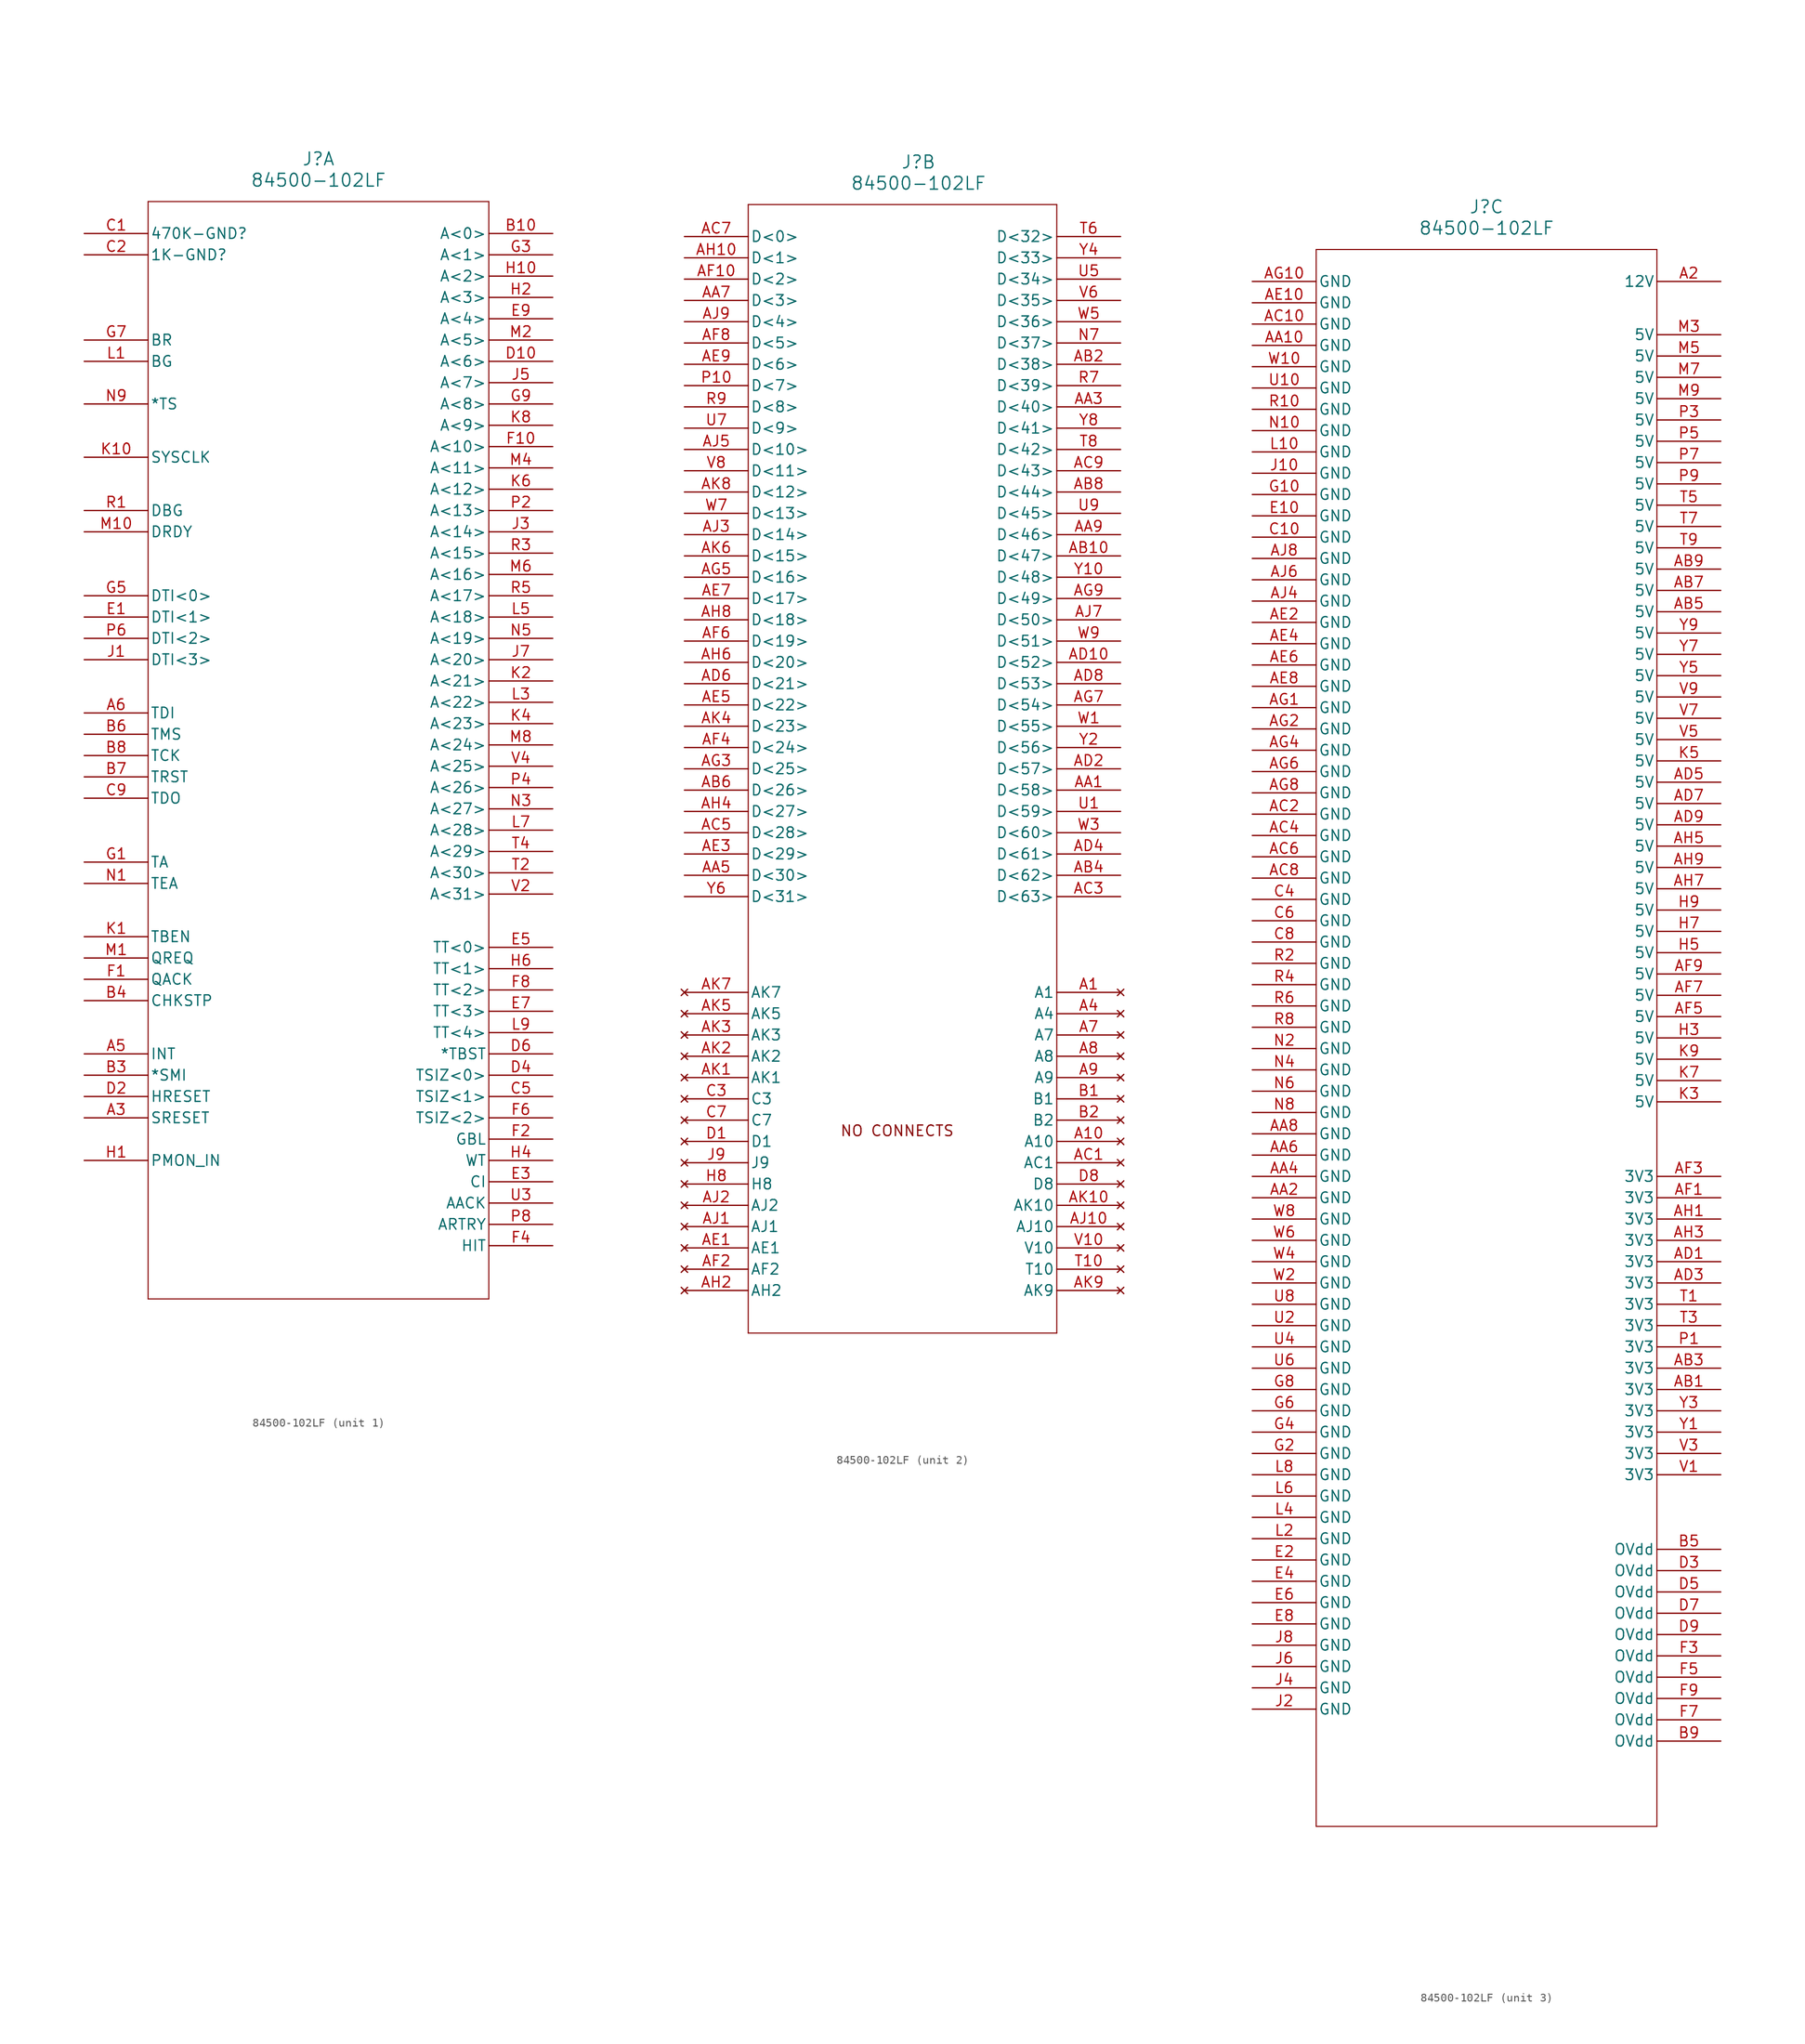
<source format=kicad_sym>
(kicad_symbol_lib
  (version 20211014)
  (generator kicad_symbol_editor)
  (symbol "84500-102LF"
    (pin_names
      (offset 0.254))
    (property "Reference" "J"
      (at 27.94 10.16 0)
      (effects (font (size 1.524 1.524))))
    (property "Value" "84500-102LF"
      (at 27.94 7.62 0)
      (effects (font (size 1.524 1.524))))
    (property "ki_locked" ""
      (at 0 0 0)
      (effects (font (size 1.27 1.27))))
    (symbol "84500-102LF_1_1"
      (polyline (pts (xy 7.62 -125.73) (xy 48.26 -125.73)) (stroke (width 0.127) (type default) (color 0 0 0 0)) (fill (type none)))
      (polyline (pts (xy 7.62 5.08) (xy 7.62 -125.73)) (stroke (width 0.127) (type default) (color 0 0 0 0)) (fill (type none)))
      (polyline (pts (xy 48.26 -125.73) (xy 48.26 5.08)) (stroke (width 0.127) (type default) (color 0 0 0 0)) (fill (type none)))
      (polyline (pts (xy 48.26 5.08) (xy 7.62 5.08)) (stroke (width 0.127) (type default) (color 0 0 0 0)) (fill (type none)))
      (pin input line (at 0 -104.14 0) (length 7.62) (name "SRESET" (effects (font (size 1.27 1.27)))) (number "A3" (effects (font (size 1.27 1.27)))))
      (pin output line (at 0 -96.52 0) (length 7.62) (name "INT" (effects (font (size 1.27 1.27)))) (number "A5" (effects (font (size 1.27 1.27)))))
      (pin bidirectional line (at 0 -55.88 0) (length 7.62) (name "TDI" (effects (font (size 1.27 1.27)))) (number "A6" (effects (font (size 1.27 1.27)))))
      (pin input line (at 55.88 1.27 180) (length 7.62) (name "A<0>" (effects (font (size 1.27 1.27)))) (number "B10" (effects (font (size 1.27 1.27)))))
      (pin input line (at 0 -99.06 0) (length 7.62) (name "*SMI" (effects (font (size 1.27 1.27)))) (number "B3" (effects (font (size 1.27 1.27)))))
      (pin output line (at 0 -90.17 0) (length 7.62) (name "CHKSTP" (effects (font (size 1.27 1.27)))) (number "B4" (effects (font (size 1.27 1.27)))))
      (pin bidirectional line (at 0 -58.42 0) (length 7.62) (name "TMS" (effects (font (size 1.27 1.27)))) (number "B6" (effects (font (size 1.27 1.27)))))
      (pin input line (at 0 -63.5 0) (length 7.62) (name "TRST" (effects (font (size 1.27 1.27)))) (number "B7" (effects (font (size 1.27 1.27)))))
      (pin output line (at 0 -60.96 0) (length 7.62) (name "TCK" (effects (font (size 1.27 1.27)))) (number "B8" (effects (font (size 1.27 1.27)))))
      (pin input line (at 0 1.27 0) (length 7.62) (name "470K-GND?" (effects (font (size 1.27 1.27)))) (number "C1" (effects (font (size 1.27 1.27)))))
      (pin input line (at 0 -1.27 0) (length 7.62) (name "1K-GND?" (effects (font (size 1.27 1.27)))) (number "C2" (effects (font (size 1.27 1.27)))))
      (pin output line (at 55.88 -101.6 180) (length 7.62) (name "TSIZ<1>" (effects (font (size 1.27 1.27)))) (number "C5" (effects (font (size 1.27 1.27)))))
      (pin bidirectional line (at 0 -66.04 0) (length 7.62) (name "TDO" (effects (font (size 1.27 1.27)))) (number "C9" (effects (font (size 1.27 1.27)))))
      (pin input line (at 55.88 -13.97 180) (length 7.62) (name "A<6>" (effects (font (size 1.27 1.27)))) (number "D10" (effects (font (size 1.27 1.27)))))
      (pin input line (at 0 -101.6 0) (length 7.62) (name "HRESET" (effects (font (size 1.27 1.27)))) (number "D2" (effects (font (size 1.27 1.27)))))
      (pin output line (at 55.88 -99.06 180) (length 7.62) (name "TSIZ<0>" (effects (font (size 1.27 1.27)))) (number "D4" (effects (font (size 1.27 1.27)))))
      (pin input line (at 55.88 -96.52 180) (length 7.62) (name "*TBST" (effects (font (size 1.27 1.27)))) (number "D6" (effects (font (size 1.27 1.27)))))
      (pin input line (at 0 -44.45 0) (length 7.62) (name "DTI<1>" (effects (font (size 1.27 1.27)))) (number "E1" (effects (font (size 1.27 1.27)))))
      (pin input line (at 55.88 -111.76 180) (length 7.62) (name "CI" (effects (font (size 1.27 1.27)))) (number "E3" (effects (font (size 1.27 1.27)))))
      (pin output line (at 55.88 -83.82 180) (length 7.62) (name "TT<0>" (effects (font (size 1.27 1.27)))) (number "E5" (effects (font (size 1.27 1.27)))))
      (pin output line (at 55.88 -91.44 180) (length 7.62) (name "TT<3>" (effects (font (size 1.27 1.27)))) (number "E7" (effects (font (size 1.27 1.27)))))
      (pin input line (at 55.88 -8.89 180) (length 7.62) (name "A<4>" (effects (font (size 1.27 1.27)))) (number "E9" (effects (font (size 1.27 1.27)))))
      (pin output line (at 0 -87.63 0) (length 7.62) (name "QACK" (effects (font (size 1.27 1.27)))) (number "F1" (effects (font (size 1.27 1.27)))))
      (pin input line (at 55.88 -24.13 180) (length 7.62) (name "A<10>" (effects (font (size 1.27 1.27)))) (number "F10" (effects (font (size 1.27 1.27)))))
      (pin input line (at 55.88 -106.68 180) (length 7.62) (name "GBL" (effects (font (size 1.27 1.27)))) (number "F2" (effects (font (size 1.27 1.27)))))
      (pin output line (at 55.88 -119.38 180) (length 7.62) (name "HIT" (effects (font (size 1.27 1.27)))) (number "F4" (effects (font (size 1.27 1.27)))))
      (pin output line (at 55.88 -104.14 180) (length 7.62) (name "TSIZ<2>" (effects (font (size 1.27 1.27)))) (number "F6" (effects (font (size 1.27 1.27)))))
      (pin output line (at 55.88 -88.9 180) (length 7.62) (name "TT<2>" (effects (font (size 1.27 1.27)))) (number "F8" (effects (font (size 1.27 1.27)))))
      (pin output line (at 0 -73.66 0) (length 7.62) (name "TA" (effects (font (size 1.27 1.27)))) (number "G1" (effects (font (size 1.27 1.27)))))
      (pin input line (at 55.88 -1.27 180) (length 7.62) (name "A<1>" (effects (font (size 1.27 1.27)))) (number "G3" (effects (font (size 1.27 1.27)))))
      (pin input line (at 0 -41.91 0) (length 7.62) (name "DTI<0>" (effects (font (size 1.27 1.27)))) (number "G5" (effects (font (size 1.27 1.27)))))
      (pin input line (at 0 -11.43 0) (length 7.62) (name "BR" (effects (font (size 1.27 1.27)))) (number "G7" (effects (font (size 1.27 1.27)))))
      (pin input line (at 55.88 -19.05 180) (length 7.62) (name "A<8>" (effects (font (size 1.27 1.27)))) (number "G9" (effects (font (size 1.27 1.27)))))
      (pin input line (at 0 -109.22 0) (length 7.62) (name "PMON_IN" (effects (font (size 1.27 1.27)))) (number "H1" (effects (font (size 1.27 1.27)))))
      (pin input line (at 55.88 -3.81 180) (length 7.62) (name "A<2>" (effects (font (size 1.27 1.27)))) (number "H10" (effects (font (size 1.27 1.27)))))
      (pin input line (at 55.88 -6.35 180) (length 7.62) (name "A<3>" (effects (font (size 1.27 1.27)))) (number "H2" (effects (font (size 1.27 1.27)))))
      (pin input line (at 55.88 -109.22 180) (length 7.62) (name "WT" (effects (font (size 1.27 1.27)))) (number "H4" (effects (font (size 1.27 1.27)))))
      (pin output line (at 55.88 -86.36 180) (length 7.62) (name "TT<1>" (effects (font (size 1.27 1.27)))) (number "H6" (effects (font (size 1.27 1.27)))))
      (pin input line (at 0 -49.53 0) (length 7.62) (name "DTI<3>" (effects (font (size 1.27 1.27)))) (number "J1" (effects (font (size 1.27 1.27)))))
      (pin input line (at 55.88 -34.29 180) (length 7.62) (name "A<14>" (effects (font (size 1.27 1.27)))) (number "J3" (effects (font (size 1.27 1.27)))))
      (pin input line (at 55.88 -16.51 180) (length 7.62) (name "A<7>" (effects (font (size 1.27 1.27)))) (number "J5" (effects (font (size 1.27 1.27)))))
      (pin input line (at 55.88 -49.53 180) (length 7.62) (name "A<20>" (effects (font (size 1.27 1.27)))) (number "J7" (effects (font (size 1.27 1.27)))))
      (pin output line (at 0 -82.55 0) (length 7.62) (name "TBEN" (effects (font (size 1.27 1.27)))) (number "K1" (effects (font (size 1.27 1.27)))))
      (pin input line (at 0 -25.4 0) (length 7.62) (name "SYSCLK" (effects (font (size 1.27 1.27)))) (number "K10" (effects (font (size 1.27 1.27)))))
      (pin input line (at 55.88 -52.07 180) (length 7.62) (name "A<21>" (effects (font (size 1.27 1.27)))) (number "K2" (effects (font (size 1.27 1.27)))))
      (pin input line (at 55.88 -57.15 180) (length 7.62) (name "A<23>" (effects (font (size 1.27 1.27)))) (number "K4" (effects (font (size 1.27 1.27)))))
      (pin input line (at 55.88 -29.21 180) (length 7.62) (name "A<12>" (effects (font (size 1.27 1.27)))) (number "K6" (effects (font (size 1.27 1.27)))))
      (pin input line (at 55.88 -21.59 180) (length 7.62) (name "A<9>" (effects (font (size 1.27 1.27)))) (number "K8" (effects (font (size 1.27 1.27)))))
      (pin input line (at 0 -13.97 0) (length 7.62) (name "BG" (effects (font (size 1.27 1.27)))) (number "L1" (effects (font (size 1.27 1.27)))))
      (pin input line (at 55.88 -54.61 180) (length 7.62) (name "A<22>" (effects (font (size 1.27 1.27)))) (number "L3" (effects (font (size 1.27 1.27)))))
      (pin input line (at 55.88 -44.45 180) (length 7.62) (name "A<18>" (effects (font (size 1.27 1.27)))) (number "L5" (effects (font (size 1.27 1.27)))))
      (pin input line (at 55.88 -69.85 180) (length 7.62) (name "A<28>" (effects (font (size 1.27 1.27)))) (number "L7" (effects (font (size 1.27 1.27)))))
      (pin output line (at 55.88 -93.98 180) (length 7.62) (name "TT<4>" (effects (font (size 1.27 1.27)))) (number "L9" (effects (font (size 1.27 1.27)))))
      (pin output line (at 0 -85.09 0) (length 7.62) (name "QREQ" (effects (font (size 1.27 1.27)))) (number "M1" (effects (font (size 1.27 1.27)))))
      (pin output line (at 0 -34.29 0) (length 7.62) (name "DRDY" (effects (font (size 1.27 1.27)))) (number "M10" (effects (font (size 1.27 1.27)))))
      (pin input line (at 55.88 -11.43 180) (length 7.62) (name "A<5>" (effects (font (size 1.27 1.27)))) (number "M2" (effects (font (size 1.27 1.27)))))
      (pin input line (at 55.88 -26.67 180) (length 7.62) (name "A<11>" (effects (font (size 1.27 1.27)))) (number "M4" (effects (font (size 1.27 1.27)))))
      (pin input line (at 55.88 -39.37 180) (length 7.62) (name "A<16>" (effects (font (size 1.27 1.27)))) (number "M6" (effects (font (size 1.27 1.27)))))
      (pin input line (at 55.88 -59.69 180) (length 7.62) (name "A<24>" (effects (font (size 1.27 1.27)))) (number "M8" (effects (font (size 1.27 1.27)))))
      (pin output line (at 0 -76.2 0) (length 7.62) (name "TEA" (effects (font (size 1.27 1.27)))) (number "N1" (effects (font (size 1.27 1.27)))))
      (pin input line (at 55.88 -67.31 180) (length 7.62) (name "A<27>" (effects (font (size 1.27 1.27)))) (number "N3" (effects (font (size 1.27 1.27)))))
      (pin input line (at 55.88 -46.99 180) (length 7.62) (name "A<19>" (effects (font (size 1.27 1.27)))) (number "N5" (effects (font (size 1.27 1.27)))))
      (pin input line (at 0 -19.05 0) (length 7.62) (name "*TS" (effects (font (size 1.27 1.27)))) (number "N9" (effects (font (size 1.27 1.27)))))
      (pin input line (at 55.88 -31.75 180) (length 7.62) (name "A<13>" (effects (font (size 1.27 1.27)))) (number "P2" (effects (font (size 1.27 1.27)))))
      (pin input line (at 55.88 -64.77 180) (length 7.62) (name "A<26>" (effects (font (size 1.27 1.27)))) (number "P4" (effects (font (size 1.27 1.27)))))
      (pin input line (at 0 -46.99 0) (length 7.62) (name "DTI<2>" (effects (font (size 1.27 1.27)))) (number "P6" (effects (font (size 1.27 1.27)))))
      (pin input line (at 55.88 -116.84 180) (length 7.62) (name "ARTRY" (effects (font (size 1.27 1.27)))) (number "P8" (effects (font (size 1.27 1.27)))))
      (pin input line (at 0 -31.75 0) (length 7.62) (name "DBG" (effects (font (size 1.27 1.27)))) (number "R1" (effects (font (size 1.27 1.27)))))
      (pin input line (at 55.88 -36.83 180) (length 7.62) (name "A<15>" (effects (font (size 1.27 1.27)))) (number "R3" (effects (font (size 1.27 1.27)))))
      (pin input line (at 55.88 -41.91 180) (length 7.62) (name "A<17>" (effects (font (size 1.27 1.27)))) (number "R5" (effects (font (size 1.27 1.27)))))
      (pin input line (at 55.88 -74.93 180) (length 7.62) (name "A<30>" (effects (font (size 1.27 1.27)))) (number "T2" (effects (font (size 1.27 1.27)))))
      (pin input line (at 55.88 -72.39 180) (length 7.62) (name "A<29>" (effects (font (size 1.27 1.27)))) (number "T4" (effects (font (size 1.27 1.27)))))
      (pin input line (at 55.88 -114.3 180) (length 7.62) (name "AACK" (effects (font (size 1.27 1.27)))) (number "U3" (effects (font (size 1.27 1.27)))))
      (pin input line (at 55.88 -77.47 180) (length 7.62) (name "A<31>" (effects (font (size 1.27 1.27)))) (number "V2" (effects (font (size 1.27 1.27)))))
      (pin input line (at 55.88 -62.23 180) (length 7.62) (name "A<25>" (effects (font (size 1.27 1.27)))) (number "V4" (effects (font (size 1.27 1.27))))))
    (symbol "84500-102LF_2_0"
      (text "NO CONNECTS" (at 25.4 -105.41 0) (effects (font (size 1.27 1.27)))))
    (symbol "84500-102LF_2_1"
      (polyline (pts (xy 7.62 -129.54) (xy 44.45 -129.54)) (stroke (width 0.127) (type default) (color 0 0 0 0)) (fill (type none)))
      (polyline (pts (xy 7.62 5.08) (xy 7.62 -129.54)) (stroke (width 0.127) (type default) (color 0 0 0 0)) (fill (type none)))
      (polyline (pts (xy 44.45 -129.54) (xy 44.45 5.08)) (stroke (width 0.127) (type default) (color 0 0 0 0)) (fill (type none)))
      (polyline (pts (xy 44.45 5.08) (xy 7.62 5.08)) (stroke (width 0.127) (type default) (color 0 0 0 0)) (fill (type none)))
      (pin no_connect line (at 52.07 -88.9 180) (length 7.62) (name "A1" (effects (font (size 1.27 1.27)))) (number "A1" (effects (font (size 1.27 1.27)))))
      (pin no_connect line (at 52.07 -106.68 180) (length 7.62) (name "A10" (effects (font (size 1.27 1.27)))) (number "A10" (effects (font (size 1.27 1.27)))))
      (pin no_connect line (at 52.07 -91.44 180) (length 7.62) (name "A4" (effects (font (size 1.27 1.27)))) (number "A4" (effects (font (size 1.27 1.27)))))
      (pin no_connect line (at 52.07 -93.98 180) (length 7.62) (name "A7" (effects (font (size 1.27 1.27)))) (number "A7" (effects (font (size 1.27 1.27)))))
      (pin no_connect line (at 52.07 -96.52 180) (length 7.62) (name "A8" (effects (font (size 1.27 1.27)))) (number "A8" (effects (font (size 1.27 1.27)))))
      (pin no_connect line (at 52.07 -99.06 180) (length 7.62) (name "A9" (effects (font (size 1.27 1.27)))) (number "A9" (effects (font (size 1.27 1.27)))))
      (pin bidirectional line (at 52.07 -64.77 180) (length 7.62) (name "D<58>" (effects (font (size 1.27 1.27)))) (number "AA1" (effects (font (size 1.27 1.27)))))
      (pin bidirectional line (at 52.07 -19.05 180) (length 7.62) (name "D<40>" (effects (font (size 1.27 1.27)))) (number "AA3" (effects (font (size 1.27 1.27)))))
      (pin bidirectional line (at 0 -74.93 0) (length 7.62) (name "D<30>" (effects (font (size 1.27 1.27)))) (number "AA5" (effects (font (size 1.27 1.27)))))
      (pin bidirectional line (at 0 -6.35 0) (length 7.62) (name "D<3>" (effects (font (size 1.27 1.27)))) (number "AA7" (effects (font (size 1.27 1.27)))))
      (pin bidirectional line (at 52.07 -34.29 180) (length 7.62) (name "D<46>" (effects (font (size 1.27 1.27)))) (number "AA9" (effects (font (size 1.27 1.27)))))
      (pin bidirectional line (at 52.07 -36.83 180) (length 7.62) (name "D<47>" (effects (font (size 1.27 1.27)))) (number "AB10" (effects (font (size 1.27 1.27)))))
      (pin bidirectional line (at 52.07 -13.97 180) (length 7.62) (name "D<38>" (effects (font (size 1.27 1.27)))) (number "AB2" (effects (font (size 1.27 1.27)))))
      (pin bidirectional line (at 52.07 -74.93 180) (length 7.62) (name "D<62>" (effects (font (size 1.27 1.27)))) (number "AB4" (effects (font (size 1.27 1.27)))))
      (pin bidirectional line (at 0 -64.77 0) (length 7.62) (name "D<26>" (effects (font (size 1.27 1.27)))) (number "AB6" (effects (font (size 1.27 1.27)))))
      (pin bidirectional line (at 52.07 -29.21 180) (length 7.62) (name "D<44>" (effects (font (size 1.27 1.27)))) (number "AB8" (effects (font (size 1.27 1.27)))))
      (pin no_connect line (at 52.07 -109.22 180) (length 7.62) (name "AC1" (effects (font (size 1.27 1.27)))) (number "AC1" (effects (font (size 1.27 1.27)))))
      (pin bidirectional line (at 52.07 -77.47 180) (length 7.62) (name "D<63>" (effects (font (size 1.27 1.27)))) (number "AC3" (effects (font (size 1.27 1.27)))))
      (pin bidirectional line (at 0 -69.85 0) (length 7.62) (name "D<28>" (effects (font (size 1.27 1.27)))) (number "AC5" (effects (font (size 1.27 1.27)))))
      (pin bidirectional line (at 0 1.27 0) (length 7.62) (name "D<0>" (effects (font (size 1.27 1.27)))) (number "AC7" (effects (font (size 1.27 1.27)))))
      (pin bidirectional line (at 52.07 -26.67 180) (length 7.62) (name "D<43>" (effects (font (size 1.27 1.27)))) (number "AC9" (effects (font (size 1.27 1.27)))))
      (pin bidirectional line (at 52.07 -49.53 180) (length 7.62) (name "D<52>" (effects (font (size 1.27 1.27)))) (number "AD10" (effects (font (size 1.27 1.27)))))
      (pin bidirectional line (at 52.07 -62.23 180) (length 7.62) (name "D<57>" (effects (font (size 1.27 1.27)))) (number "AD2" (effects (font (size 1.27 1.27)))))
      (pin bidirectional line (at 52.07 -72.39 180) (length 7.62) (name "D<61>" (effects (font (size 1.27 1.27)))) (number "AD4" (effects (font (size 1.27 1.27)))))
      (pin bidirectional line (at 0 -52.07 0) (length 7.62) (name "D<21>" (effects (font (size 1.27 1.27)))) (number "AD6" (effects (font (size 1.27 1.27)))))
      (pin bidirectional line (at 52.07 -52.07 180) (length 7.62) (name "D<53>" (effects (font (size 1.27 1.27)))) (number "AD8" (effects (font (size 1.27 1.27)))))
      (pin no_connect line (at 0 -119.38 0) (length 7.62) (name "AE1" (effects (font (size 1.27 1.27)))) (number "AE1" (effects (font (size 1.27 1.27)))))
      (pin bidirectional line (at 0 -72.39 0) (length 7.62) (name "D<29>" (effects (font (size 1.27 1.27)))) (number "AE3" (effects (font (size 1.27 1.27)))))
      (pin bidirectional line (at 0 -54.61 0) (length 7.62) (name "D<22>" (effects (font (size 1.27 1.27)))) (number "AE5" (effects (font (size 1.27 1.27)))))
      (pin bidirectional line (at 0 -41.91 0) (length 7.62) (name "D<17>" (effects (font (size 1.27 1.27)))) (number "AE7" (effects (font (size 1.27 1.27)))))
      (pin bidirectional line (at 0 -13.97 0) (length 7.62) (name "D<6>" (effects (font (size 1.27 1.27)))) (number "AE9" (effects (font (size 1.27 1.27)))))
      (pin bidirectional line (at 0 -3.81 0) (length 7.62) (name "D<2>" (effects (font (size 1.27 1.27)))) (number "AF10" (effects (font (size 1.27 1.27)))))
      (pin no_connect line (at 0 -121.92 0) (length 7.62) (name "AF2" (effects (font (size 1.27 1.27)))) (number "AF2" (effects (font (size 1.27 1.27)))))
      (pin bidirectional line (at 0 -59.69 0) (length 7.62) (name "D<24>" (effects (font (size 1.27 1.27)))) (number "AF4" (effects (font (size 1.27 1.27)))))
      (pin bidirectional line (at 0 -46.99 0) (length 7.62) (name "D<19>" (effects (font (size 1.27 1.27)))) (number "AF6" (effects (font (size 1.27 1.27)))))
      (pin bidirectional line (at 0 -11.43 0) (length 7.62) (name "D<5>" (effects (font (size 1.27 1.27)))) (number "AF8" (effects (font (size 1.27 1.27)))))
      (pin bidirectional line (at 0 -62.23 0) (length 7.62) (name "D<25>" (effects (font (size 1.27 1.27)))) (number "AG3" (effects (font (size 1.27 1.27)))))
      (pin bidirectional line (at 0 -39.37 0) (length 7.62) (name "D<16>" (effects (font (size 1.27 1.27)))) (number "AG5" (effects (font (size 1.27 1.27)))))
      (pin bidirectional line (at 52.07 -54.61 180) (length 7.62) (name "D<54>" (effects (font (size 1.27 1.27)))) (number "AG7" (effects (font (size 1.27 1.27)))))
      (pin bidirectional line (at 52.07 -41.91 180) (length 7.62) (name "D<49>" (effects (font (size 1.27 1.27)))) (number "AG9" (effects (font (size 1.27 1.27)))))
      (pin bidirectional line (at 0 -1.27 0) (length 7.62) (name "D<1>" (effects (font (size 1.27 1.27)))) (number "AH10" (effects (font (size 1.27 1.27)))))
      (pin no_connect line (at 0 -124.46 0) (length 7.62) (name "AH2" (effects (font (size 1.27 1.27)))) (number "AH2" (effects (font (size 1.27 1.27)))))
      (pin bidirectional line (at 0 -67.31 0) (length 7.62) (name "D<27>" (effects (font (size 1.27 1.27)))) (number "AH4" (effects (font (size 1.27 1.27)))))
      (pin bidirectional line (at 0 -49.53 0) (length 7.62) (name "D<20>" (effects (font (size 1.27 1.27)))) (number "AH6" (effects (font (size 1.27 1.27)))))
      (pin bidirectional line (at 0 -44.45 0) (length 7.62) (name "D<18>" (effects (font (size 1.27 1.27)))) (number "AH8" (effects (font (size 1.27 1.27)))))
      (pin no_connect line (at 0 -116.84 0) (length 7.62) (name "AJ1" (effects (font (size 1.27 1.27)))) (number "AJ1" (effects (font (size 1.27 1.27)))))
      (pin no_connect line (at 52.07 -116.84 180) (length 7.62) (name "AJ10" (effects (font (size 1.27 1.27)))) (number "AJ10" (effects (font (size 1.27 1.27)))))
      (pin no_connect line (at 0 -114.3 0) (length 7.62) (name "AJ2" (effects (font (size 1.27 1.27)))) (number "AJ2" (effects (font (size 1.27 1.27)))))
      (pin bidirectional line (at 0 -34.29 0) (length 7.62) (name "D<14>" (effects (font (size 1.27 1.27)))) (number "AJ3" (effects (font (size 1.27 1.27)))))
      (pin bidirectional line (at 0 -24.13 0) (length 7.62) (name "D<10>" (effects (font (size 1.27 1.27)))) (number "AJ5" (effects (font (size 1.27 1.27)))))
      (pin bidirectional line (at 52.07 -44.45 180) (length 7.62) (name "D<50>" (effects (font (size 1.27 1.27)))) (number "AJ7" (effects (font (size 1.27 1.27)))))
      (pin bidirectional line (at 0 -8.89 0) (length 7.62) (name "D<4>" (effects (font (size 1.27 1.27)))) (number "AJ9" (effects (font (size 1.27 1.27)))))
      (pin no_connect line (at 0 -99.06 0) (length 7.62) (name "AK1" (effects (font (size 1.27 1.27)))) (number "AK1" (effects (font (size 1.27 1.27)))))
      (pin no_connect line (at 52.07 -114.3 180) (length 7.62) (name "AK10" (effects (font (size 1.27 1.27)))) (number "AK10" (effects (font (size 1.27 1.27)))))
      (pin no_connect line (at 0 -96.52 0) (length 7.62) (name "AK2" (effects (font (size 1.27 1.27)))) (number "AK2" (effects (font (size 1.27 1.27)))))
      (pin no_connect line (at 0 -93.98 0) (length 7.62) (name "AK3" (effects (font (size 1.27 1.27)))) (number "AK3" (effects (font (size 1.27 1.27)))))
      (pin bidirectional line (at 0 -57.15 0) (length 7.62) (name "D<23>" (effects (font (size 1.27 1.27)))) (number "AK4" (effects (font (size 1.27 1.27)))))
      (pin no_connect line (at 0 -91.44 0) (length 7.62) (name "AK5" (effects (font (size 1.27 1.27)))) (number "AK5" (effects (font (size 1.27 1.27)))))
      (pin bidirectional line (at 0 -36.83 0) (length 7.62) (name "D<15>" (effects (font (size 1.27 1.27)))) (number "AK6" (effects (font (size 1.27 1.27)))))
      (pin no_connect line (at 0 -88.9 0) (length 7.62) (name "AK7" (effects (font (size 1.27 1.27)))) (number "AK7" (effects (font (size 1.27 1.27)))))
      (pin bidirectional line (at 0 -29.21 0) (length 7.62) (name "D<12>" (effects (font (size 1.27 1.27)))) (number "AK8" (effects (font (size 1.27 1.27)))))
      (pin no_connect line (at 52.07 -124.46 180) (length 7.62) (name "AK9" (effects (font (size 1.27 1.27)))) (number "AK9" (effects (font (size 1.27 1.27)))))
      (pin no_connect line (at 52.07 -101.6 180) (length 7.62) (name "B1" (effects (font (size 1.27 1.27)))) (number "B1" (effects (font (size 1.27 1.27)))))
      (pin no_connect line (at 52.07 -104.14 180) (length 7.62) (name "B2" (effects (font (size 1.27 1.27)))) (number "B2" (effects (font (size 1.27 1.27)))))
      (pin no_connect line (at 0 -101.6 0) (length 7.62) (name "C3" (effects (font (size 1.27 1.27)))) (number "C3" (effects (font (size 1.27 1.27)))))
      (pin no_connect line (at 0 -104.14 0) (length 7.62) (name "C7" (effects (font (size 1.27 1.27)))) (number "C7" (effects (font (size 1.27 1.27)))))
      (pin no_connect line (at 0 -106.68 0) (length 7.62) (name "D1" (effects (font (size 1.27 1.27)))) (number "D1" (effects (font (size 1.27 1.27)))))
      (pin no_connect line (at 52.07 -111.76 180) (length 7.62) (name "D8" (effects (font (size 1.27 1.27)))) (number "D8" (effects (font (size 1.27 1.27)))))
      (pin no_connect line (at 0 -111.76 0) (length 7.62) (name "H8" (effects (font (size 1.27 1.27)))) (number "H8" (effects (font (size 1.27 1.27)))))
      (pin no_connect line (at 0 -109.22 0) (length 7.62) (name "J9" (effects (font (size 1.27 1.27)))) (number "J9" (effects (font (size 1.27 1.27)))))
      (pin bidirectional line (at 52.07 -11.43 180) (length 7.62) (name "D<37>" (effects (font (size 1.27 1.27)))) (number "N7" (effects (font (size 1.27 1.27)))))
      (pin bidirectional line (at 0 -16.51 0) (length 7.62) (name "D<7>" (effects (font (size 1.27 1.27)))) (number "P10" (effects (font (size 1.27 1.27)))))
      (pin bidirectional line (at 52.07 -16.51 180) (length 7.62) (name "D<39>" (effects (font (size 1.27 1.27)))) (number "R7" (effects (font (size 1.27 1.27)))))
      (pin bidirectional line (at 0 -19.05 0) (length 7.62) (name "D<8>" (effects (font (size 1.27 1.27)))) (number "R9" (effects (font (size 1.27 1.27)))))
      (pin no_connect line (at 52.07 -121.92 180) (length 7.62) (name "T10" (effects (font (size 1.27 1.27)))) (number "T10" (effects (font (size 1.27 1.27)))))
      (pin bidirectional line (at 52.07 1.27 180) (length 7.62) (name "D<32>" (effects (font (size 1.27 1.27)))) (number "T6" (effects (font (size 1.27 1.27)))))
      (pin bidirectional line (at 52.07 -24.13 180) (length 7.62) (name "D<42>" (effects (font (size 1.27 1.27)))) (number "T8" (effects (font (size 1.27 1.27)))))
      (pin bidirectional line (at 52.07 -67.31 180) (length 7.62) (name "D<59>" (effects (font (size 1.27 1.27)))) (number "U1" (effects (font (size 1.27 1.27)))))
      (pin bidirectional line (at 52.07 -3.81 180) (length 7.62) (name "D<34>" (effects (font (size 1.27 1.27)))) (number "U5" (effects (font (size 1.27 1.27)))))
      (pin bidirectional line (at 0 -21.59 0) (length 7.62) (name "D<9>" (effects (font (size 1.27 1.27)))) (number "U7" (effects (font (size 1.27 1.27)))))
      (pin bidirectional line (at 52.07 -31.75 180) (length 7.62) (name "D<45>" (effects (font (size 1.27 1.27)))) (number "U9" (effects (font (size 1.27 1.27)))))
      (pin no_connect line (at 52.07 -119.38 180) (length 7.62) (name "V10" (effects (font (size 1.27 1.27)))) (number "V10" (effects (font (size 1.27 1.27)))))
      (pin bidirectional line (at 52.07 -6.35 180) (length 7.62) (name "D<35>" (effects (font (size 1.27 1.27)))) (number "V6" (effects (font (size 1.27 1.27)))))
      (pin bidirectional line (at 0 -26.67 0) (length 7.62) (name "D<11>" (effects (font (size 1.27 1.27)))) (number "V8" (effects (font (size 1.27 1.27)))))
      (pin bidirectional line (at 52.07 -57.15 180) (length 7.62) (name "D<55>" (effects (font (size 1.27 1.27)))) (number "W1" (effects (font (size 1.27 1.27)))))
      (pin bidirectional line (at 52.07 -69.85 180) (length 7.62) (name "D<60>" (effects (font (size 1.27 1.27)))) (number "W3" (effects (font (size 1.27 1.27)))))
      (pin bidirectional line (at 52.07 -8.89 180) (length 7.62) (name "D<36>" (effects (font (size 1.27 1.27)))) (number "W5" (effects (font (size 1.27 1.27)))))
      (pin bidirectional line (at 0 -31.75 0) (length 7.62) (name "D<13>" (effects (font (size 1.27 1.27)))) (number "W7" (effects (font (size 1.27 1.27)))))
      (pin bidirectional line (at 52.07 -46.99 180) (length 7.62) (name "D<51>" (effects (font (size 1.27 1.27)))) (number "W9" (effects (font (size 1.27 1.27)))))
      (pin bidirectional line (at 52.07 -39.37 180) (length 7.62) (name "D<48>" (effects (font (size 1.27 1.27)))) (number "Y10" (effects (font (size 1.27 1.27)))))
      (pin bidirectional line (at 52.07 -59.69 180) (length 7.62) (name "D<56>" (effects (font (size 1.27 1.27)))) (number "Y2" (effects (font (size 1.27 1.27)))))
      (pin bidirectional line (at 52.07 -1.27 180) (length 7.62) (name "D<33>" (effects (font (size 1.27 1.27)))) (number "Y4" (effects (font (size 1.27 1.27)))))
      (pin bidirectional line (at 0 -77.47 0) (length 7.62) (name "D<31>" (effects (font (size 1.27 1.27)))) (number "Y6" (effects (font (size 1.27 1.27)))))
      (pin bidirectional line (at 52.07 -21.59 180) (length 7.62) (name "D<41>" (effects (font (size 1.27 1.27)))) (number "Y8" (effects (font (size 1.27 1.27))))))
    (symbol "84500-102LF_3_1"
      (polyline (pts (xy 7.62 -182.88) (xy 48.26 -182.88)) (stroke (width 0.127) (type default) (color 0 0 0 0)) (fill (type none)))
      (polyline (pts (xy 7.62 5.08) (xy 7.62 -182.88)) (stroke (width 0.127) (type default) (color 0 0 0 0)) (fill (type none)))
      (polyline (pts (xy 48.26 -182.88) (xy 48.26 5.08)) (stroke (width 0.127) (type default) (color 0 0 0 0)) (fill (type none)))
      (polyline (pts (xy 48.26 5.08) (xy 7.62 5.08)) (stroke (width 0.127) (type default) (color 0 0 0 0)) (fill (type none)))
      (pin power_in line (at 55.88 1.27 180) (length 7.62) (name "12V" (effects (font (size 1.27 1.27)))) (number "A2" (effects (font (size 1.27 1.27)))))
      (pin power_out line (at 0 -6.35 0) (length 7.62) (name "GND" (effects (font (size 1.27 1.27)))) (number "AA10" (effects (font (size 1.27 1.27)))))
      (pin power_out line (at 0 -107.95 0) (length 7.62) (name "GND" (effects (font (size 1.27 1.27)))) (number "AA2" (effects (font (size 1.27 1.27)))))
      (pin power_out line (at 0 -105.41 0) (length 7.62) (name "GND" (effects (font (size 1.27 1.27)))) (number "AA4" (effects (font (size 1.27 1.27)))))
      (pin power_out line (at 0 -102.87 0) (length 7.62) (name "GND" (effects (font (size 1.27 1.27)))) (number "AA6" (effects (font (size 1.27 1.27)))))
      (pin power_out line (at 0 -100.33 0) (length 7.62) (name "GND" (effects (font (size 1.27 1.27)))) (number "AA8" (effects (font (size 1.27 1.27)))))
      (pin power_in line (at 55.88 -130.81 180) (length 7.62) (name "3V3" (effects (font (size 1.27 1.27)))) (number "AB1" (effects (font (size 1.27 1.27)))))
      (pin power_in line (at 55.88 -128.27 180) (length 7.62) (name "3V3" (effects (font (size 1.27 1.27)))) (number "AB3" (effects (font (size 1.27 1.27)))))
      (pin power_in line (at 55.88 -38.1 180) (length 7.62) (name "5V" (effects (font (size 1.27 1.27)))) (number "AB5" (effects (font (size 1.27 1.27)))))
      (pin power_in line (at 55.88 -35.56 180) (length 7.62) (name "5V" (effects (font (size 1.27 1.27)))) (number "AB7" (effects (font (size 1.27 1.27)))))
      (pin power_in line (at 55.88 -33.02 180) (length 7.62) (name "5V" (effects (font (size 1.27 1.27)))) (number "AB9" (effects (font (size 1.27 1.27)))))
      (pin power_out line (at 0 -3.81 0) (length 7.62) (name "GND" (effects (font (size 1.27 1.27)))) (number "AC10" (effects (font (size 1.27 1.27)))))
      (pin power_out line (at 0 -62.23 0) (length 7.62) (name "GND" (effects (font (size 1.27 1.27)))) (number "AC2" (effects (font (size 1.27 1.27)))))
      (pin power_out line (at 0 -64.77 0) (length 7.62) (name "GND" (effects (font (size 1.27 1.27)))) (number "AC4" (effects (font (size 1.27 1.27)))))
      (pin power_out line (at 0 -67.31 0) (length 7.62) (name "GND" (effects (font (size 1.27 1.27)))) (number "AC6" (effects (font (size 1.27 1.27)))))
      (pin power_out line (at 0 -69.85 0) (length 7.62) (name "GND" (effects (font (size 1.27 1.27)))) (number "AC8" (effects (font (size 1.27 1.27)))))
      (pin power_in line (at 55.88 -115.57 180) (length 7.62) (name "3V3" (effects (font (size 1.27 1.27)))) (number "AD1" (effects (font (size 1.27 1.27)))))
      (pin power_in line (at 55.88 -118.11 180) (length 7.62) (name "3V3" (effects (font (size 1.27 1.27)))) (number "AD3" (effects (font (size 1.27 1.27)))))
      (pin power_in line (at 55.88 -58.42 180) (length 7.62) (name "5V" (effects (font (size 1.27 1.27)))) (number "AD5" (effects (font (size 1.27 1.27)))))
      (pin power_in line (at 55.88 -60.96 180) (length 7.62) (name "5V" (effects (font (size 1.27 1.27)))) (number "AD7" (effects (font (size 1.27 1.27)))))
      (pin power_in line (at 55.88 -63.5 180) (length 7.62) (name "5V" (effects (font (size 1.27 1.27)))) (number "AD9" (effects (font (size 1.27 1.27)))))
      (pin power_out line (at 0 -1.27 0) (length 7.62) (name "GND" (effects (font (size 1.27 1.27)))) (number "AE10" (effects (font (size 1.27 1.27)))))
      (pin power_out line (at 0 -39.37 0) (length 7.62) (name "GND" (effects (font (size 1.27 1.27)))) (number "AE2" (effects (font (size 1.27 1.27)))))
      (pin power_out line (at 0 -41.91 0) (length 7.62) (name "GND" (effects (font (size 1.27 1.27)))) (number "AE4" (effects (font (size 1.27 1.27)))))
      (pin power_out line (at 0 -44.45 0) (length 7.62) (name "GND" (effects (font (size 1.27 1.27)))) (number "AE6" (effects (font (size 1.27 1.27)))))
      (pin power_out line (at 0 -46.99 0) (length 7.62) (name "GND" (effects (font (size 1.27 1.27)))) (number "AE8" (effects (font (size 1.27 1.27)))))
      (pin power_in line (at 55.88 -107.95 180) (length 7.62) (name "3V3" (effects (font (size 1.27 1.27)))) (number "AF1" (effects (font (size 1.27 1.27)))))
      (pin power_in line (at 55.88 -105.41 180) (length 7.62) (name "3V3" (effects (font (size 1.27 1.27)))) (number "AF3" (effects (font (size 1.27 1.27)))))
      (pin power_in line (at 55.88 -86.36 180) (length 7.62) (name "5V" (effects (font (size 1.27 1.27)))) (number "AF5" (effects (font (size 1.27 1.27)))))
      (pin power_in line (at 55.88 -83.82 180) (length 7.62) (name "5V" (effects (font (size 1.27 1.27)))) (number "AF7" (effects (font (size 1.27 1.27)))))
      (pin power_in line (at 55.88 -81.28 180) (length 7.62) (name "5V" (effects (font (size 1.27 1.27)))) (number "AF9" (effects (font (size 1.27 1.27)))))
      (pin power_out line (at 0 -49.53 0) (length 7.62) (name "GND" (effects (font (size 1.27 1.27)))) (number "AG1" (effects (font (size 1.27 1.27)))))
      (pin power_out line (at 0 1.27 0) (length 7.62) (name "GND" (effects (font (size 1.27 1.27)))) (number "AG10" (effects (font (size 1.27 1.27)))))
      (pin power_out line (at 0 -52.07 0) (length 7.62) (name "GND" (effects (font (size 1.27 1.27)))) (number "AG2" (effects (font (size 1.27 1.27)))))
      (pin power_out line (at 0 -54.61 0) (length 7.62) (name "GND" (effects (font (size 1.27 1.27)))) (number "AG4" (effects (font (size 1.27 1.27)))))
      (pin power_out line (at 0 -57.15 0) (length 7.62) (name "GND" (effects (font (size 1.27 1.27)))) (number "AG6" (effects (font (size 1.27 1.27)))))
      (pin power_out line (at 0 -59.69 0) (length 7.62) (name "GND" (effects (font (size 1.27 1.27)))) (number "AG8" (effects (font (size 1.27 1.27)))))
      (pin power_in line (at 55.88 -110.49 180) (length 7.62) (name "3V3" (effects (font (size 1.27 1.27)))) (number "AH1" (effects (font (size 1.27 1.27)))))
      (pin power_in line (at 55.88 -113.03 180) (length 7.62) (name "3V3" (effects (font (size 1.27 1.27)))) (number "AH3" (effects (font (size 1.27 1.27)))))
      (pin power_in line (at 55.88 -66.04 180) (length 7.62) (name "5V" (effects (font (size 1.27 1.27)))) (number "AH5" (effects (font (size 1.27 1.27)))))
      (pin power_in line (at 55.88 -71.12 180) (length 7.62) (name "5V" (effects (font (size 1.27 1.27)))) (number "AH7" (effects (font (size 1.27 1.27)))))
      (pin power_in line (at 55.88 -68.58 180) (length 7.62) (name "5V" (effects (font (size 1.27 1.27)))) (number "AH9" (effects (font (size 1.27 1.27)))))
      (pin power_out line (at 0 -36.83 0) (length 7.62) (name "GND" (effects (font (size 1.27 1.27)))) (number "AJ4" (effects (font (size 1.27 1.27)))))
      (pin power_out line (at 0 -34.29 0) (length 7.62) (name "GND" (effects (font (size 1.27 1.27)))) (number "AJ6" (effects (font (size 1.27 1.27)))))
      (pin power_out line (at 0 -31.75 0) (length 7.62) (name "GND" (effects (font (size 1.27 1.27)))) (number "AJ8" (effects (font (size 1.27 1.27)))))
      (pin power_in line (at 55.88 -149.86 180) (length 7.62) (name "OVdd" (effects (font (size 1.27 1.27)))) (number "B5" (effects (font (size 1.27 1.27)))))
      (pin power_in line (at 55.88 -172.72 180) (length 7.62) (name "OVdd" (effects (font (size 1.27 1.27)))) (number "B9" (effects (font (size 1.27 1.27)))))
      (pin power_out line (at 0 -29.21 0) (length 7.62) (name "GND" (effects (font (size 1.27 1.27)))) (number "C10" (effects (font (size 1.27 1.27)))))
      (pin power_out line (at 0 -72.39 0) (length 7.62) (name "GND" (effects (font (size 1.27 1.27)))) (number "C4" (effects (font (size 1.27 1.27)))))
      (pin power_out line (at 0 -74.93 0) (length 7.62) (name "GND" (effects (font (size 1.27 1.27)))) (number "C6" (effects (font (size 1.27 1.27)))))
      (pin power_out line (at 0 -77.47 0) (length 7.62) (name "GND" (effects (font (size 1.27 1.27)))) (number "C8" (effects (font (size 1.27 1.27)))))
      (pin power_in line (at 55.88 -152.4 180) (length 7.62) (name "OVdd" (effects (font (size 1.27 1.27)))) (number "D3" (effects (font (size 1.27 1.27)))))
      (pin power_in line (at 55.88 -154.94 180) (length 7.62) (name "OVdd" (effects (font (size 1.27 1.27)))) (number "D5" (effects (font (size 1.27 1.27)))))
      (pin power_in line (at 55.88 -157.48 180) (length 7.62) (name "OVdd" (effects (font (size 1.27 1.27)))) (number "D7" (effects (font (size 1.27 1.27)))))
      (pin power_in line (at 55.88 -160.02 180) (length 7.62) (name "OVdd" (effects (font (size 1.27 1.27)))) (number "D9" (effects (font (size 1.27 1.27)))))
      (pin power_out line (at 0 -26.67 0) (length 7.62) (name "GND" (effects (font (size 1.27 1.27)))) (number "E10" (effects (font (size 1.27 1.27)))))
      (pin power_out line (at 0 -151.13 0) (length 7.62) (name "GND" (effects (font (size 1.27 1.27)))) (number "E2" (effects (font (size 1.27 1.27)))))
      (pin power_out line (at 0 -153.67 0) (length 7.62) (name "GND" (effects (font (size 1.27 1.27)))) (number "E4" (effects (font (size 1.27 1.27)))))
      (pin power_out line (at 0 -156.21 0) (length 7.62) (name "GND" (effects (font (size 1.27 1.27)))) (number "E6" (effects (font (size 1.27 1.27)))))
      (pin power_out line (at 0 -158.75 0) (length 7.62) (name "GND" (effects (font (size 1.27 1.27)))) (number "E8" (effects (font (size 1.27 1.27)))))
      (pin power_in line (at 55.88 -162.56 180) (length 7.62) (name "OVdd" (effects (font (size 1.27 1.27)))) (number "F3" (effects (font (size 1.27 1.27)))))
      (pin power_in line (at 55.88 -165.1 180) (length 7.62) (name "OVdd" (effects (font (size 1.27 1.27)))) (number "F5" (effects (font (size 1.27 1.27)))))
      (pin power_in line (at 55.88 -170.18 180) (length 7.62) (name "OVdd" (effects (font (size 1.27 1.27)))) (number "F7" (effects (font (size 1.27 1.27)))))
      (pin power_in line (at 55.88 -167.64 180) (length 7.62) (name "OVdd" (effects (font (size 1.27 1.27)))) (number "F9" (effects (font (size 1.27 1.27)))))
      (pin power_out line (at 0 -24.13 0) (length 7.62) (name "GND" (effects (font (size 1.27 1.27)))) (number "G10" (effects (font (size 1.27 1.27)))))
      (pin power_out line (at 0 -138.43 0) (length 7.62) (name "GND" (effects (font (size 1.27 1.27)))) (number "G2" (effects (font (size 1.27 1.27)))))
      (pin power_out line (at 0 -135.89 0) (length 7.62) (name "GND" (effects (font (size 1.27 1.27)))) (number "G4" (effects (font (size 1.27 1.27)))))
      (pin power_out line (at 0 -133.35 0) (length 7.62) (name "GND" (effects (font (size 1.27 1.27)))) (number "G6" (effects (font (size 1.27 1.27)))))
      (pin power_out line (at 0 -130.81 0) (length 7.62) (name "GND" (effects (font (size 1.27 1.27)))) (number "G8" (effects (font (size 1.27 1.27)))))
      (pin power_in line (at 55.88 -88.9 180) (length 7.62) (name "5V" (effects (font (size 1.27 1.27)))) (number "H3" (effects (font (size 1.27 1.27)))))
      (pin power_in line (at 55.88 -78.74 180) (length 7.62) (name "5V" (effects (font (size 1.27 1.27)))) (number "H5" (effects (font (size 1.27 1.27)))))
      (pin power_in line (at 55.88 -76.2 180) (length 7.62) (name "5V" (effects (font (size 1.27 1.27)))) (number "H7" (effects (font (size 1.27 1.27)))))
      (pin power_in line (at 55.88 -73.66 180) (length 7.62) (name "5V" (effects (font (size 1.27 1.27)))) (number "H9" (effects (font (size 1.27 1.27)))))
      (pin power_out line (at 0 -21.59 0) (length 7.62) (name "GND" (effects (font (size 1.27 1.27)))) (number "J10" (effects (font (size 1.27 1.27)))))
      (pin power_out line (at 0 -168.91 0) (length 7.62) (name "GND" (effects (font (size 1.27 1.27)))) (number "J2" (effects (font (size 1.27 1.27)))))
      (pin power_out line (at 0 -166.37 0) (length 7.62) (name "GND" (effects (font (size 1.27 1.27)))) (number "J4" (effects (font (size 1.27 1.27)))))
      (pin power_out line (at 0 -163.83 0) (length 7.62) (name "GND" (effects (font (size 1.27 1.27)))) (number "J6" (effects (font (size 1.27 1.27)))))
      (pin power_out line (at 0 -161.29 0) (length 7.62) (name "GND" (effects (font (size 1.27 1.27)))) (number "J8" (effects (font (size 1.27 1.27)))))
      (pin power_in line (at 55.88 -96.52 180) (length 7.62) (name "5V" (effects (font (size 1.27 1.27)))) (number "K3" (effects (font (size 1.27 1.27)))))
      (pin power_in line (at 55.88 -55.88 180) (length 7.62) (name "5V" (effects (font (size 1.27 1.27)))) (number "K5" (effects (font (size 1.27 1.27)))))
      (pin power_in line (at 55.88 -93.98 180) (length 7.62) (name "5V" (effects (font (size 1.27 1.27)))) (number "K7" (effects (font (size 1.27 1.27)))))
      (pin power_in line (at 55.88 -91.44 180) (length 7.62) (name "5V" (effects (font (size 1.27 1.27)))) (number "K9" (effects (font (size 1.27 1.27)))))
      (pin power_out line (at 0 -19.05 0) (length 7.62) (name "GND" (effects (font (size 1.27 1.27)))) (number "L10" (effects (font (size 1.27 1.27)))))
      (pin power_out line (at 0 -148.59 0) (length 7.62) (name "GND" (effects (font (size 1.27 1.27)))) (number "L2" (effects (font (size 1.27 1.27)))))
      (pin power_out line (at 0 -146.05 0) (length 7.62) (name "GND" (effects (font (size 1.27 1.27)))) (number "L4" (effects (font (size 1.27 1.27)))))
      (pin power_out line (at 0 -143.51 0) (length 7.62) (name "GND" (effects (font (size 1.27 1.27)))) (number "L6" (effects (font (size 1.27 1.27)))))
      (pin power_out line (at 0 -140.97 0) (length 7.62) (name "GND" (effects (font (size 1.27 1.27)))) (number "L8" (effects (font (size 1.27 1.27)))))
      (pin power_in line (at 55.88 -5.08 180) (length 7.62) (name "5V" (effects (font (size 1.27 1.27)))) (number "M3" (effects (font (size 1.27 1.27)))))
      (pin power_in line (at 55.88 -7.62 180) (length 7.62) (name "5V" (effects (font (size 1.27 1.27)))) (number "M5" (effects (font (size 1.27 1.27)))))
      (pin power_in line (at 55.88 -10.16 180) (length 7.62) (name "5V" (effects (font (size 1.27 1.27)))) (number "M7" (effects (font (size 1.27 1.27)))))
      (pin power_in line (at 55.88 -12.7 180) (length 7.62) (name "5V" (effects (font (size 1.27 1.27)))) (number "M9" (effects (font (size 1.27 1.27)))))
      (pin power_out line (at 0 -16.51 0) (length 7.62) (name "GND" (effects (font (size 1.27 1.27)))) (number "N10" (effects (font (size 1.27 1.27)))))
      (pin power_out line (at 0 -90.17 0) (length 7.62) (name "GND" (effects (font (size 1.27 1.27)))) (number "N2" (effects (font (size 1.27 1.27)))))
      (pin power_out line (at 0 -92.71 0) (length 7.62) (name "GND" (effects (font (size 1.27 1.27)))) (number "N4" (effects (font (size 1.27 1.27)))))
      (pin power_out line (at 0 -95.25 0) (length 7.62) (name "GND" (effects (font (size 1.27 1.27)))) (number "N6" (effects (font (size 1.27 1.27)))))
      (pin power_out line (at 0 -97.79 0) (length 7.62) (name "GND" (effects (font (size 1.27 1.27)))) (number "N8" (effects (font (size 1.27 1.27)))))
      (pin power_in line (at 55.88 -125.73 180) (length 7.62) (name "3V3" (effects (font (size 1.27 1.27)))) (number "P1" (effects (font (size 1.27 1.27)))))
      (pin power_in line (at 55.88 -15.24 180) (length 7.62) (name "5V" (effects (font (size 1.27 1.27)))) (number "P3" (effects (font (size 1.27 1.27)))))
      (pin power_in line (at 55.88 -17.78 180) (length 7.62) (name "5V" (effects (font (size 1.27 1.27)))) (number "P5" (effects (font (size 1.27 1.27)))))
      (pin power_in line (at 55.88 -20.32 180) (length 7.62) (name "5V" (effects (font (size 1.27 1.27)))) (number "P7" (effects (font (size 1.27 1.27)))))
      (pin power_in line (at 55.88 -22.86 180) (length 7.62) (name "5V" (effects (font (size 1.27 1.27)))) (number "P9" (effects (font (size 1.27 1.27)))))
      (pin power_out line (at 0 -13.97 0) (length 7.62) (name "GND" (effects (font (size 1.27 1.27)))) (number "R10" (effects (font (size 1.27 1.27)))))
      (pin power_out line (at 0 -80.01 0) (length 7.62) (name "GND" (effects (font (size 1.27 1.27)))) (number "R2" (effects (font (size 1.27 1.27)))))
      (pin power_out line (at 0 -82.55 0) (length 7.62) (name "GND" (effects (font (size 1.27 1.27)))) (number "R4" (effects (font (size 1.27 1.27)))))
      (pin power_out line (at 0 -85.09 0) (length 7.62) (name "GND" (effects (font (size 1.27 1.27)))) (number "R6" (effects (font (size 1.27 1.27)))))
      (pin power_out line (at 0 -87.63 0) (length 7.62) (name "GND" (effects (font (size 1.27 1.27)))) (number "R8" (effects (font (size 1.27 1.27)))))
      (pin power_in line (at 55.88 -120.65 180) (length 7.62) (name "3V3" (effects (font (size 1.27 1.27)))) (number "T1" (effects (font (size 1.27 1.27)))))
      (pin power_in line (at 55.88 -123.19 180) (length 7.62) (name "3V3" (effects (font (size 1.27 1.27)))) (number "T3" (effects (font (size 1.27 1.27)))))
      (pin power_in line (at 55.88 -25.4 180) (length 7.62) (name "5V" (effects (font (size 1.27 1.27)))) (number "T5" (effects (font (size 1.27 1.27)))))
      (pin power_in line (at 55.88 -27.94 180) (length 7.62) (name "5V" (effects (font (size 1.27 1.27)))) (number "T7" (effects (font (size 1.27 1.27)))))
      (pin power_in line (at 55.88 -30.48 180) (length 7.62) (name "5V" (effects (font (size 1.27 1.27)))) (number "T9" (effects (font (size 1.27 1.27)))))
      (pin power_out line (at 0 -11.43 0) (length 7.62) (name "GND" (effects (font (size 1.27 1.27)))) (number "U10" (effects (font (size 1.27 1.27)))))
      (pin power_out line (at 0 -123.19 0) (length 7.62) (name "GND" (effects (font (size 1.27 1.27)))) (number "U2" (effects (font (size 1.27 1.27)))))
      (pin power_out line (at 0 -125.73 0) (length 7.62) (name "GND" (effects (font (size 1.27 1.27)))) (number "U4" (effects (font (size 1.27 1.27)))))
      (pin power_out line (at 0 -128.27 0) (length 7.62) (name "GND" (effects (font (size 1.27 1.27)))) (number "U6" (effects (font (size 1.27 1.27)))))
      (pin power_out line (at 0 -120.65 0) (length 7.62) (name "GND" (effects (font (size 1.27 1.27)))) (number "U8" (effects (font (size 1.27 1.27)))))
      (pin power_in line (at 55.88 -140.97 180) (length 7.62) (name "3V3" (effects (font (size 1.27 1.27)))) (number "V1" (effects (font (size 1.27 1.27)))))
      (pin power_in line (at 55.88 -138.43 180) (length 7.62) (name "3V3" (effects (font (size 1.27 1.27)))) (number "V3" (effects (font (size 1.27 1.27)))))
      (pin power_in line (at 55.88 -53.34 180) (length 7.62) (name "5V" (effects (font (size 1.27 1.27)))) (number "V5" (effects (font (size 1.27 1.27)))))
      (pin power_in line (at 55.88 -50.8 180) (length 7.62) (name "5V" (effects (font (size 1.27 1.27)))) (number "V7" (effects (font (size 1.27 1.27)))))
      (pin power_in line (at 55.88 -48.26 180) (length 7.62) (name "5V" (effects (font (size 1.27 1.27)))) (number "V9" (effects (font (size 1.27 1.27)))))
      (pin power_out line (at 0 -8.89 0) (length 7.62) (name "GND" (effects (font (size 1.27 1.27)))) (number "W10" (effects (font (size 1.27 1.27)))))
      (pin power_out line (at 0 -118.11 0) (length 7.62) (name "GND" (effects (font (size 1.27 1.27)))) (number "W2" (effects (font (size 1.27 1.27)))))
      (pin power_out line (at 0 -115.57 0) (length 7.62) (name "GND" (effects (font (size 1.27 1.27)))) (number "W4" (effects (font (size 1.27 1.27)))))
      (pin power_out line (at 0 -113.03 0) (length 7.62) (name "GND" (effects (font (size 1.27 1.27)))) (number "W6" (effects (font (size 1.27 1.27)))))
      (pin power_out line (at 0 -110.49 0) (length 7.62) (name "GND" (effects (font (size 1.27 1.27)))) (number "W8" (effects (font (size 1.27 1.27)))))
      (pin power_in line (at 55.88 -135.89 180) (length 7.62) (name "3V3" (effects (font (size 1.27 1.27)))) (number "Y1" (effects (font (size 1.27 1.27)))))
      (pin power_in line (at 55.88 -133.35 180) (length 7.62) (name "3V3" (effects (font (size 1.27 1.27)))) (number "Y3" (effects (font (size 1.27 1.27)))))
      (pin power_in line (at 55.88 -45.72 180) (length 7.62) (name "5V" (effects (font (size 1.27 1.27)))) (number "Y5" (effects (font (size 1.27 1.27)))))
      (pin power_in line (at 55.88 -43.18 180) (length 7.62) (name "5V" (effects (font (size 1.27 1.27)))) (number "Y7" (effects (font (size 1.27 1.27)))))
      (pin power_in line (at 55.88 -40.64 180) (length 7.62) (name "5V" (effects (font (size 1.27 1.27)))) (number "Y9" (effects (font (size 1.27 1.27))))))))
</source>
